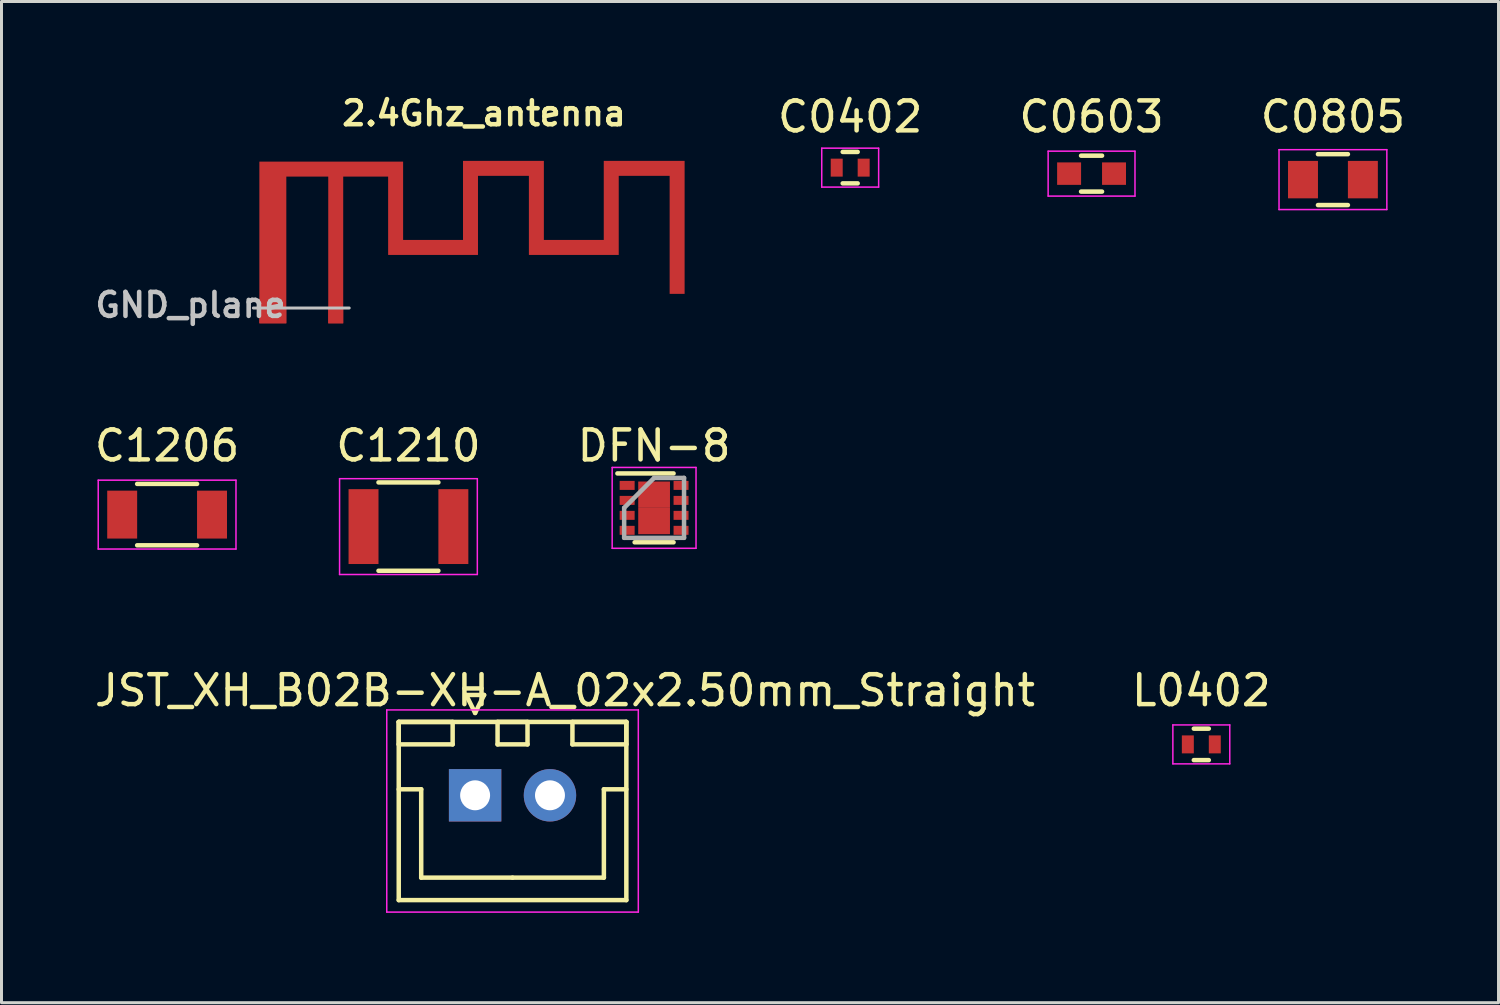
<source format=kicad_pcb>
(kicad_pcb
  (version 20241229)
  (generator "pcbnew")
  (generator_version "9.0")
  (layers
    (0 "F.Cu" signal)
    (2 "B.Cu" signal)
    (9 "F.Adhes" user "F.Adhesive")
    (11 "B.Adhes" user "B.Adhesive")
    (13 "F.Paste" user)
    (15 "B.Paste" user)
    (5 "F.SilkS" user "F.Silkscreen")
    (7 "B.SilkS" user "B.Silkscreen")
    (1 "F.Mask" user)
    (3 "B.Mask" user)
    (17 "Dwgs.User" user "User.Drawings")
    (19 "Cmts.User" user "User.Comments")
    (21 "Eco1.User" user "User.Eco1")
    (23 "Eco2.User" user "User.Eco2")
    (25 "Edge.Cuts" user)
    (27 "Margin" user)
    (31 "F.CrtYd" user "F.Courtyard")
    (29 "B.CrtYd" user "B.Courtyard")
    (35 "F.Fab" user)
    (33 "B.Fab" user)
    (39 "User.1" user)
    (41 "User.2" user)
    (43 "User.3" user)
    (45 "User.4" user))
  (footprint "C1206"
    (layer "F.Cu")
    (at 2.53 14.134)
    (property "Reference" "C1206" (at 0 -2.3 0) (layer "F.SilkS") (effects (font (size 1 1) (thickness 0.15))))
    (attr smd)
    (fp_line (start -1 1.025) (end 1 1.025) (stroke (width 0.15) (type solid)) (layer "F.SilkS"))
    (fp_line (start 1 -1.025) (end -1 -1.025) (stroke (width 0.15) (type solid)) (layer "F.SilkS"))
    (fp_line (start -2.3 -1.15) (end -2.3 1.15) (stroke (width 0.05) (type solid)) (layer "F.CrtYd"))
    (fp_line (start -2.3 -1.15) (end 2.3 -1.15) (stroke (width 0.05) (type solid)) (layer "F.CrtYd"))
    (fp_line (start -2.3 1.15) (end 2.3 1.15) (stroke (width 0.05) (type solid)) (layer "F.CrtYd"))
    (fp_line (start 2.3 -1.15) (end 2.3 1.15) (stroke (width 0.05) (type solid)) (layer "F.CrtYd"))
    (pad "1" smd rect (at -1.5 0) (size 1 1.6) (layers "F.Cu" "F.Mask" "F.Paste"))
    (pad "2" smd rect (at 1.5 0) (size 1 1.6) (layers "F.Cu" "F.Mask" "F.Paste")))
  (footprint "C1210"
    (layer "F.Cu")
    (at 10.589 14.534)
    (property "Reference" "C1210" (at 0 -2.7 0) (layer "F.SilkS") (effects (font (size 1 1) (thickness 0.15))))
    (attr smd)
    (fp_line (start -1 1.475) (end 1 1.475) (stroke (width 0.15) (type solid)) (layer "F.SilkS"))
    (fp_line (start 1 -1.475) (end -1 -1.475) (stroke (width 0.15) (type solid)) (layer "F.SilkS"))
    (fp_line (start -2.3 -1.6) (end -2.3 1.6) (stroke (width 0.05) (type solid)) (layer "F.CrtYd"))
    (fp_line (start -2.3 -1.6) (end 2.3 -1.6) (stroke (width 0.05) (type solid)) (layer "F.CrtYd"))
    (fp_line (start -2.3 1.6) (end 2.3 1.6) (stroke (width 0.05) (type solid)) (layer "F.CrtYd"))
    (fp_line (start 2.3 -1.6) (end 2.3 1.6) (stroke (width 0.05) (type solid)) (layer "F.CrtYd"))
    (pad "1" smd rect (at -1.5 0) (size 1 2.5) (layers "F.Cu" "F.Mask" "F.Paste"))
    (pad "2" smd rect (at 1.5 0) (size 1 2.5) (layers "F.Cu" "F.Mask" "F.Paste")))
  (footprint "C0805"
    (layer "F.Cu")
    (at 41.46 2.948)
    (property "Reference" "C0805" (at 0 -2.1 0) (layer "F.SilkS") (effects (font (size 1 1) (thickness 0.15))))
    (attr smd)
    (fp_line (start -0.5 0.85) (end 0.5 0.85) (stroke (width 0.15) (type solid)) (layer "F.SilkS"))
    (fp_line (start 0.5 -0.85) (end -0.5 -0.85) (stroke (width 0.15) (type solid)) (layer "F.SilkS"))
    (fp_line (start -1.8 -1) (end -1.8 1) (stroke (width 0.05) (type solid)) (layer "F.CrtYd"))
    (fp_line (start -1.8 -1) (end 1.8 -1) (stroke (width 0.05) (type solid)) (layer "F.CrtYd"))
    (fp_line (start -1.8 1) (end 1.8 1) (stroke (width 0.05) (type solid)) (layer "F.CrtYd"))
    (fp_line (start 1.8 -1) (end 1.8 1) (stroke (width 0.05) (type solid)) (layer "F.CrtYd"))
    (pad "1" smd rect (at -1 0) (size 1 1.25) (layers "F.Cu" "F.Mask" "F.Paste"))
    (pad "2" smd rect (at 1 0) (size 1 1.25) (layers "F.Cu" "F.Mask" "F.Paste")))
  (footprint "2.4Ghz_antenna"
    (layer "F.Cu")
    (at 5.611 7.735)
    (property "Reference" "2.4Ghz_antenna" (at 7.5 -7 0) (layer "F.SilkS") (effects (font (size 0.8 0.8) (thickness 0.152))))
    (attr exclude_from_pos_files exclude_from_bom)
    (fp_poly (pts (xy 6.8 -5.413) (xy 6.8 -4.913) (xy 6.8 -2.773) (xy 4.8 -2.773) (xy 4.8 -4.913) (xy 4.8 -5.388) (xy -0.000204 -5.388) (xy -0.000204 -4.888) (xy -0.000204 0.013) (xy 0.9 0.013) (xy 0.9 -4.888) (xy 2.3 -4.888) (xy 2.3 0.013) (xy 2.8 0.013) (xy 2.8 -4.888) (xy 4.3 -4.888) (xy 4.3 -2.272) (xy 4.8 -2.272) (xy 6.8 -2.272) (xy 7.3 -2.272) (xy 7.3 -4.913) (xy 9 -4.913) (xy 9 -2.272) (xy 9.5 -2.272) (xy 11.5 -2.272) (xy 12 -2.272) (xy 12 -4.913) (xy 13.7 -4.913) (xy 13.7 -0.972) (xy 14.2 -0.972) (xy 14.2 -4.913) (xy 14.2 -5.413) (xy 11.5 -5.413) (xy 11.5 -4.913) (xy 11.5 -2.773) (xy 9.5 -2.773) (xy 9.5 -4.913) (xy 9.5 -5.413) (xy 6.8 -5.413)) (stroke (width 0) (type solid)) (fill yes) (layer "F.Cu"))
    (fp_line (start -0.2 -0.5) (end 3 -0.5) (stroke (width 0.1) (type solid)) (layer "Dwgs.User"))
    (fp_text user "GND_plane" (at -2.3 -0.6 0) (layer "Dwgs.User") (effects (font (size 0.8 0.8) (thickness 0.152))))
    (pad "1" smd rect (at 2.55 -0.24) (size 0.5 0.5) (layers "F.Cu" "F.Mask" "F.Paste"))
    (pad "2" smd rect (at 0.45 -0.24) (size 0.9 0.5) (layers "F.Cu" "F.Mask" "F.Paste")))
  (footprint "C0402"
    (layer "F.Cu")
    (at 25.34 2.548)
    (property "Reference" "C0402" (at 0 -1.7 0) (layer "F.SilkS") (effects (font (size 1 1) (thickness 0.15))))
    (attr smd)
    (fp_line (start -0.25 0.525) (end 0.25 0.525) (stroke (width 0.15) (type solid)) (layer "F.SilkS"))
    (fp_line (start 0.25 -0.525) (end -0.25 -0.525) (stroke (width 0.15) (type solid)) (layer "F.SilkS"))
    (fp_line (start -0.95 -0.65) (end -0.95 0.65) (stroke (width 0.05) (type solid)) (layer "F.CrtYd"))
    (fp_line (start -0.95 -0.65) (end 0.95 -0.65) (stroke (width 0.05) (type solid)) (layer "F.CrtYd"))
    (fp_line (start -0.95 0.65) (end 0.95 0.65) (stroke (width 0.05) (type solid)) (layer "F.CrtYd"))
    (fp_line (start 0.95 -0.65) (end 0.95 0.65) (stroke (width 0.05) (type solid)) (layer "F.CrtYd"))
    (pad "1" smd rect (at -0.45 0) (size 0.4 0.6) (layers "F.Cu" "F.Mask" "F.Paste"))
    (pad "2" smd rect (at 0.45 0) (size 0.4 0.6) (layers "F.Cu" "F.Mask" "F.Paste")))
  (footprint "DFN-8"
    (layer "F.Cu")
    (at 18.792 13.909)
    (property "Reference" "DFN-8" (at 0 -2.075 0) (layer "F.SilkS") (effects (font (size 1 1) (thickness 0.15))))
    (attr smd)
    (fp_line (start -1.225 -1.15) (end 0.65 -1.15) (stroke (width 0.15) (type solid)) (layer "F.SilkS"))
    (fp_line (start -0.65 1.15) (end 0.65 1.15) (stroke (width 0.15) (type solid)) (layer "F.SilkS"))
    (fp_line (start -1.4 -1.35) (end -1.4 1.35) (stroke (width 0.05) (type solid)) (layer "F.CrtYd"))
    (fp_line (start -1.4 -1.35) (end 1.4 -1.35) (stroke (width 0.05) (type solid)) (layer "F.CrtYd"))
    (fp_line (start -1.4 1.35) (end 1.4 1.35) (stroke (width 0.05) (type solid)) (layer "F.CrtYd"))
    (fp_line (start 1.4 -1.35) (end 1.4 1.35) (stroke (width 0.05) (type solid)) (layer "F.CrtYd"))
    (fp_line (start -1 0) (end 0 -1) (stroke (width 0.15) (type solid)) (layer "F.Fab"))
    (fp_line (start -1 1) (end -1 0) (stroke (width 0.15) (type solid)) (layer "F.Fab"))
    (fp_line (start 0 -1) (end 1 -1) (stroke (width 0.15) (type solid)) (layer "F.Fab"))
    (fp_line (start 1 -1) (end 1 1) (stroke (width 0.15) (type solid)) (layer "F.Fab"))
    (fp_line (start 1 1) (end -1 1) (stroke (width 0.15) (type solid)) (layer "F.Fab"))
    (pad "1" smd rect (at -0.9 -0.75) (size 0.5 0.3) (layers "F.Cu" "F.Mask" "F.Paste"))
    (pad "2" smd rect (at -0.9 -0.25) (size 0.5 0.3) (layers "F.Cu" "F.Mask" "F.Paste"))
    (pad "3" smd rect (at -0.9 0.25) (size 0.5 0.3) (layers "F.Cu" "F.Mask" "F.Paste"))
    (pad "4" smd rect (at -0.9 0.75) (size 0.5 0.3) (layers "F.Cu" "F.Mask" "F.Paste"))
    (pad "5" smd rect (at 0.9 0.75) (size 0.5 0.3) (layers "F.Cu" "F.Mask" "F.Paste"))
    (pad "6" smd rect (at 0.9 0.25) (size 0.5 0.3) (layers "F.Cu" "F.Mask" "F.Paste"))
    (pad "7" smd rect (at 0.9 -0.25) (size 0.5 0.3) (layers "F.Cu" "F.Mask" "F.Paste"))
    (pad "8" smd rect (at 0.9 -0.75) (size 0.5 0.3) (layers "F.Cu" "F.Mask" "F.Paste"))
    (pad "9" smd rect (at 0 -0.44) (size 1.06 0.88) (layers "F.Cu" "F.Mask" "F.Paste"))
    (pad "9" smd rect (at 0 0.44) (size 1.06 0.88) (layers "F.Cu" "F.Mask" "F.Paste")))
  (footprint "C0603"
    (layer "F.Cu")
    (at 33.4 2.748)
    (property "Reference" "C0603" (at 0 -1.9 0) (layer "F.SilkS") (effects (font (size 1 1) (thickness 0.15))))
    (attr smd)
    (fp_line (start -0.35 -0.6) (end 0.35 -0.6) (stroke (width 0.15) (type solid)) (layer "F.SilkS"))
    (fp_line (start 0.35 0.6) (end -0.35 0.6) (stroke (width 0.15) (type solid)) (layer "F.SilkS"))
    (fp_line (start -1.45 -0.75) (end -1.45 0.75) (stroke (width 0.05) (type solid)) (layer "F.CrtYd"))
    (fp_line (start -1.45 -0.75) (end 1.45 -0.75) (stroke (width 0.05) (type solid)) (layer "F.CrtYd"))
    (fp_line (start -1.45 0.75) (end 1.45 0.75) (stroke (width 0.05) (type solid)) (layer "F.CrtYd"))
    (fp_line (start 1.45 -0.75) (end 1.45 0.75) (stroke (width 0.05) (type solid)) (layer "F.CrtYd"))
    (pad "1" smd rect (at -0.75 0) (size 0.8 0.75) (layers "F.Cu" "F.Mask" "F.Paste"))
    (pad "2" smd rect (at 0.75 0) (size 0.8 0.75) (layers "F.Cu" "F.Mask" "F.Paste")))
  (footprint "L0402"
    (layer "F.Cu")
    (at 37.065 21.807)
    (property "Reference" "L0402" (at 0 -1.8 0) (layer "F.SilkS") (effects (font (size 1 1) (thickness 0.15))))
    (attr smd)
    (fp_line (start -0.25 0.525) (end 0.25 0.525) (stroke (width 0.15) (type solid)) (layer "F.SilkS"))
    (fp_line (start 0.25 -0.525) (end -0.25 -0.525) (stroke (width 0.15) (type solid)) (layer "F.SilkS"))
    (fp_line (start -0.95 -0.65) (end -0.95 0.65) (stroke (width 0.05) (type solid)) (layer "F.CrtYd"))
    (fp_line (start -0.95 -0.65) (end 0.95 -0.65) (stroke (width 0.05) (type solid)) (layer "F.CrtYd"))
    (fp_line (start -0.95 0.65) (end 0.95 0.65) (stroke (width 0.05) (type solid)) (layer "F.CrtYd"))
    (fp_line (start 0.95 -0.65) (end 0.95 0.65) (stroke (width 0.05) (type solid)) (layer "F.CrtYd"))
    (pad "1" smd rect (at -0.45 0) (size 0.4 0.6) (layers "F.Cu" "F.Mask" "F.Paste"))
    (pad "2" smd rect (at 0.45 0) (size 0.4 0.6) (layers "F.Cu" "F.Mask" "F.Paste")))
  (footprint "JST_XH_B02B-XH-A_02x2.50mm_Straight"
    (layer "F.Cu")
    (at 12.815 23.507)
    (property "Reference" "JST_XH_B02B-XH-A_02x2.50mm_Straight" (at 3 -3.5 0) (layer "F.SilkS") (effects (font (size 1 1) (thickness 0.15))))
    (attr smd)
    (fp_line (start -2.55 -2.45) (end -2.55 -1.7) (stroke (width 0.15) (type solid)) (layer "F.SilkS"))
    (fp_line (start -2.55 -2.45) (end -2.55 3.5) (stroke (width 0.15) (type solid)) (layer "F.SilkS"))
    (fp_line (start -2.55 -1.7) (end -0.75 -1.7) (stroke (width 0.15) (type solid)) (layer "F.SilkS"))
    (fp_line (start -2.55 -0.2) (end -1.8 -0.2) (stroke (width 0.15) (type solid)) (layer "F.SilkS"))
    (fp_line (start -2.55 3.5) (end 5.05 3.5) (stroke (width 0.15) (type solid)) (layer "F.SilkS"))
    (fp_line (start -1.8 -0.2) (end -1.8 2.75) (stroke (width 0.15) (type solid)) (layer "F.SilkS"))
    (fp_line (start -1.8 2.75) (end 1.25 2.75) (stroke (width 0.15) (type solid)) (layer "F.SilkS"))
    (fp_line (start -0.75 -2.45) (end -2.55 -2.45) (stroke (width 0.15) (type solid)) (layer "F.SilkS"))
    (fp_line (start -0.75 -1.7) (end -0.75 -2.45) (stroke (width 0.15) (type solid)) (layer "F.SilkS"))
    (fp_line (start -0.3 -3.35) (end 0.3 -3.35) (stroke (width 0.15) (type solid)) (layer "F.SilkS"))
    (fp_line (start 0 -2.75) (end -0.3 -3.35) (stroke (width 0.15) (type solid)) (layer "F.SilkS"))
    (fp_line (start 0.3 -3.35) (end 0 -2.75) (stroke (width 0.15) (type solid)) (layer "F.SilkS"))
    (fp_line (start 0.75 -2.45) (end 0.75 -1.7) (stroke (width 0.15) (type solid)) (layer "F.SilkS"))
    (fp_line (start 0.75 -1.7) (end 1.75 -1.7) (stroke (width 0.15) (type solid)) (layer "F.SilkS"))
    (fp_line (start 1.75 -2.45) (end 0.75 -2.45) (stroke (width 0.15) (type solid)) (layer "F.SilkS"))
    (fp_line (start 1.75 -1.7) (end 1.75 -2.45) (stroke (width 0.15) (type solid)) (layer "F.SilkS"))
    (fp_line (start 3.25 -2.45) (end 3.25 -1.7) (stroke (width 0.15) (type solid)) (layer "F.SilkS"))
    (fp_line (start 3.25 -1.7) (end 5.05 -1.7) (stroke (width 0.15) (type solid)) (layer "F.SilkS"))
    (fp_line (start 4.3 -0.2) (end 4.3 2.75) (stroke (width 0.15) (type solid)) (layer "F.SilkS"))
    (fp_line (start 4.3 2.75) (end 1.25 2.75) (stroke (width 0.15) (type solid)) (layer "F.SilkS"))
    (fp_line (start 5.05 -2.45) (end -2.55 -2.45) (stroke (width 0.15) (type solid)) (layer "F.SilkS"))
    (fp_line (start 5.05 -2.45) (end 3.25 -2.45) (stroke (width 0.15) (type solid)) (layer "F.SilkS"))
    (fp_line (start 5.05 -1.7) (end 5.05 -2.45) (stroke (width 0.15) (type solid)) (layer "F.SilkS"))
    (fp_line (start 5.05 -0.2) (end 4.3 -0.2) (stroke (width 0.15) (type solid)) (layer "F.SilkS"))
    (fp_line (start 5.05 3.5) (end 5.05 -2.45) (stroke (width 0.15) (type solid)) (layer "F.SilkS"))
    (fp_line (start -2.95 -2.85) (end -2.95 3.9) (stroke (width 0.05) (type solid)) (layer "F.CrtYd"))
    (fp_line (start -2.95 3.9) (end 5.45 3.9) (stroke (width 0.05) (type solid)) (layer "F.CrtYd"))
    (fp_line (start 5.45 -2.85) (end -2.95 -2.85) (stroke (width 0.05) (type solid)) (layer "F.CrtYd"))
    (fp_line (start 5.45 3.9) (end 5.45 -2.85) (stroke (width 0.05) (type solid)) (layer "F.CrtYd"))
    (pad "1" thru_hole rect (at 0 0) (size 1.75 1.75) (drill 1) (layers "*.Cu" "*.Mask"))
    (pad "2" thru_hole circle (at 2.5 0) (size 1.75 1.75) (drill 1) (layers "*.Cu" "*.Mask")))
  (gr_rect
    (start -3 -3)
    (end 46.989 30.432)
    (stroke (width 0.1) (type default))
    (fill no)
    (layer "Edge.Cuts")))
</source>
